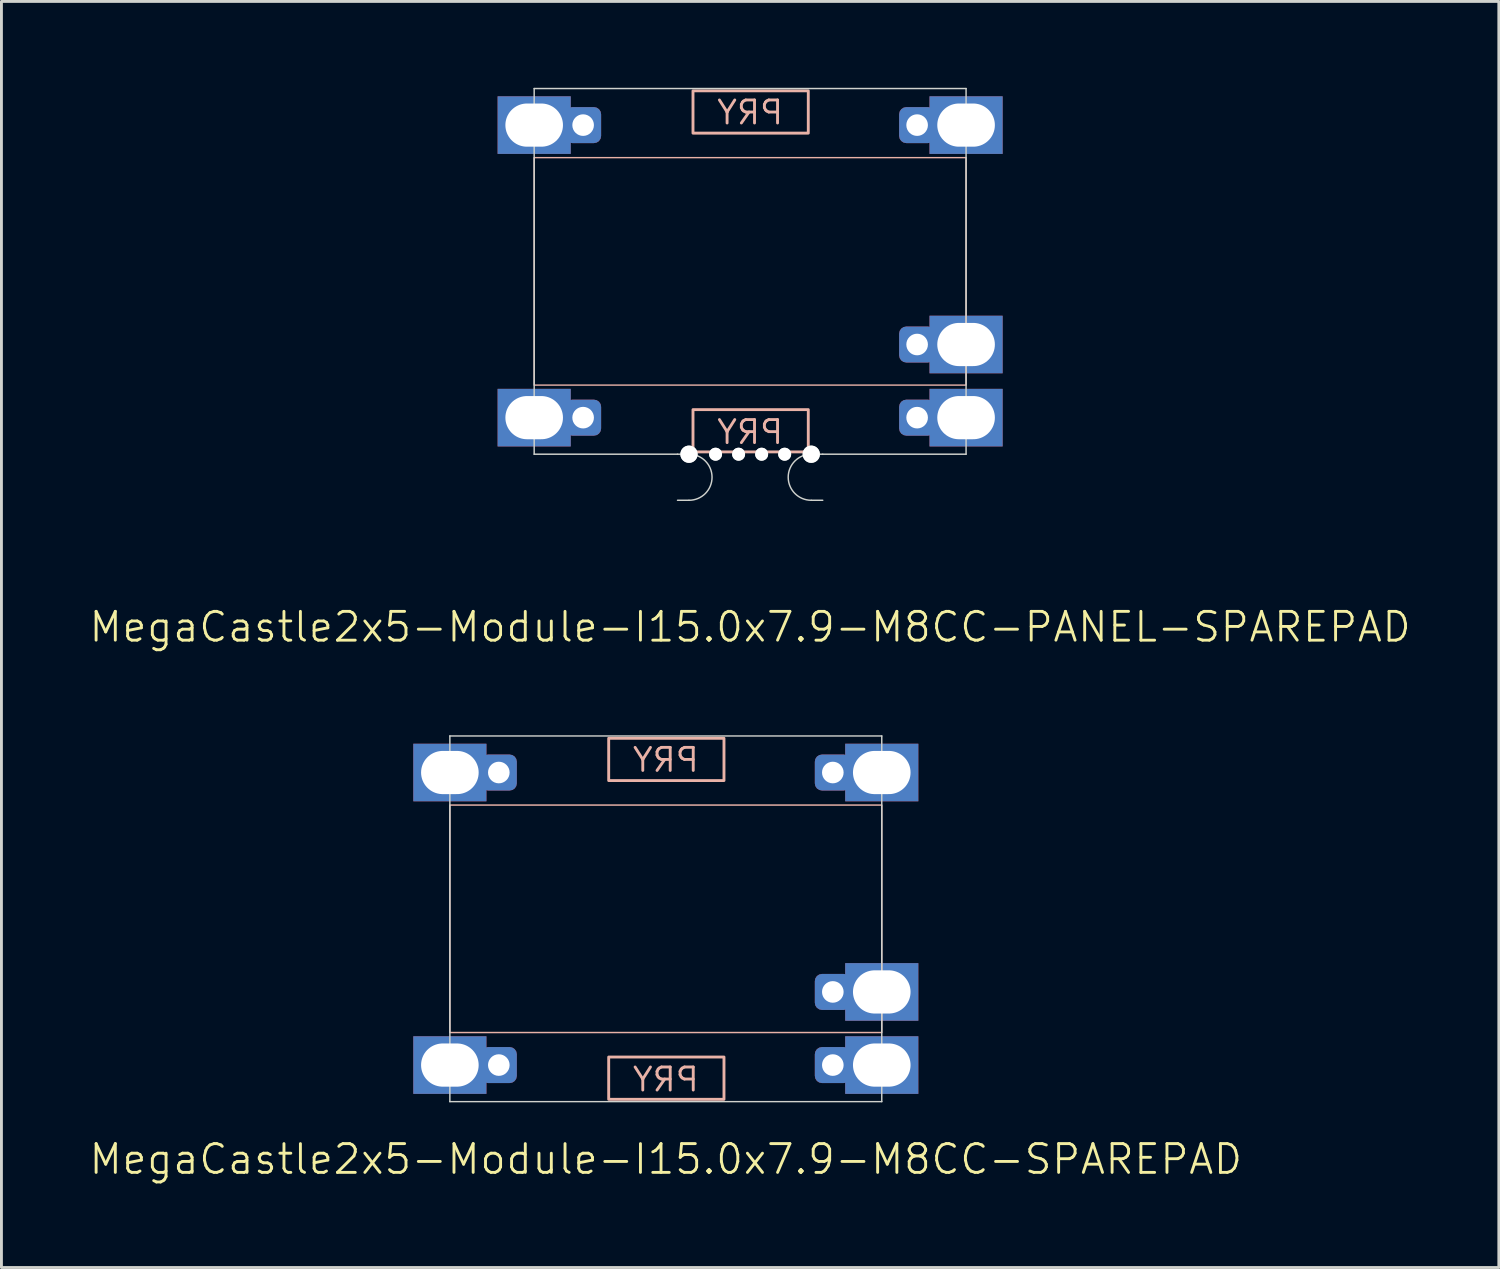
<source format=kicad_pcb>
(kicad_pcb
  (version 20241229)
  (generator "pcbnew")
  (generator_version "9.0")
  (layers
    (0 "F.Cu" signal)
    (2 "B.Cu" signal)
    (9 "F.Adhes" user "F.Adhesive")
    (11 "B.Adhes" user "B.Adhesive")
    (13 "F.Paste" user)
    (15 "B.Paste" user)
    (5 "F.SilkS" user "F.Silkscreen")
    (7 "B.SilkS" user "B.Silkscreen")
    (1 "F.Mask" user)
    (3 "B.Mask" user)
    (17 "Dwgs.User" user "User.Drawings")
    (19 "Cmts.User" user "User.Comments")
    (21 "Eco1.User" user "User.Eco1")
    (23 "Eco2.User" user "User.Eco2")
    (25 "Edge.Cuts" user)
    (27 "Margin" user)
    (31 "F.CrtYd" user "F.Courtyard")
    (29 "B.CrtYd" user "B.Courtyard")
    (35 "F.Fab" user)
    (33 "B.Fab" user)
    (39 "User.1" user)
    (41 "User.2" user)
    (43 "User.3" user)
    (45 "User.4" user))
  (footprint "MegaCastle2x5-Module-I15.0x7.9-M8CC-PANEL-SPAREPAD"
    (layer "F.Cu")
    (at 23.002 6.375)
    (property "Reference" "MegaCastle2x5-Module-I15.0x7.9-M8CC-PANEL-SPAREPAD" (at 0 12.35 0) (unlocked yes) (layer "F.SilkS") (effects (font (size 1 1) (thickness 0.1))))
    (attr smd)
    (fp_rect (start -7.5 3.95) (end 7.5 -3.95) (stroke (width 0.05) (type default)) (fill no) (layer "B.SilkS"))
    (fp_rect (start -1.984 -4.801) (end 2.02 -6.27) (stroke (width 0.1) (type default)) (fill no) (layer "B.SilkS"))
    (fp_rect (start -1.984 4.801) (end 2.02 6.27) (stroke (width 0.1) (type default)) (fill no) (layer "B.SilkS"))
    (fp_line (start -7.5 -6.35) (end -7.5 6.35) (stroke (width 0.05) (type default)) (layer "Edge.Cuts"))
    (fp_line (start -7.5 -6.35) (end 7.5 -6.35) (stroke (width 0.05) (type default)) (layer "Edge.Cuts"))
    (fp_line (start -7.5 6.35) (end -2.522 6.35) (stroke (width 0.05) (type default)) (layer "Edge.Cuts"))
    (fp_line (start -2.522 6.35) (end -2.123 6.35) (stroke (width 0.05) (type default)) (layer "Edge.Cuts"))
    (fp_line (start -2.522 7.95) (end -2.123 7.95) (stroke (width 0.05) (type default)) (layer "Edge.Cuts"))
    (fp_line (start 2.522 6.35) (end 2.123 6.35) (stroke (width 0.05) (type default)) (layer "Edge.Cuts"))
    (fp_line (start 2.522 6.35) (end 7.5 6.35) (stroke (width 0.05) (type default)) (layer "Edge.Cuts"))
    (fp_line (start 2.522 7.95) (end 2.123 7.95) (stroke (width 0.05) (type default)) (layer "Edge.Cuts"))
    (fp_line (start 7.5 -6.35) (end 7.5 6.35) (stroke (width 0.05) (type default)) (layer "Edge.Cuts"))
    (fp_arc (start -2.1225 6.35) (mid -1.3225 7.15) (end -2.1225 7.95) (stroke (width 0.05) (type default)) (layer "Edge.Cuts"))
    (fp_arc (start 2.1225 7.95) (mid 1.3225 7.15) (end 2.1225 6.35) (stroke (width 0.05) (type default)) (layer "Edge.Cuts"))
    (fp_text user "PRY" (at 0 6.05 0) (unlocked yes) (layer "B.SilkS") (effects (font (size 0.8 0.8) (thickness 0.1)) (justify bottom mirror)))
    (fp_text user "PRY" (at 0 -5.05 0) (unlocked yes) (layer "B.SilkS") (effects (font (size 0.8 0.8) (thickness 0.1)) (justify bottom mirror)))
    (pad "" np_thru_hole circle (at -2.123 6.35) (size 0.6 0.6) (drill 0.6) (layers "*.Cu" "Edge.Cuts"))
    (pad "" np_thru_hole circle (at -1.2 6.35) (size 0.45 0.45) (drill 0.45) (layers "*.Cu" "Edge.Cuts"))
    (pad "" np_thru_hole circle (at -0.4 6.35) (size 0.45 0.45) (drill 0.45) (layers "*.Cu" "Edge.Cuts"))
    (pad "" np_thru_hole circle (at 0.4 6.35) (size 0.45 0.45) (drill 0.45) (layers "*.Cu" "Edge.Cuts"))
    (pad "" np_thru_hole circle (at 1.2 6.35) (size 0.45 0.45) (drill 0.45) (layers "*.Cu" "Edge.Cuts"))
    (pad "" np_thru_hole circle (at 2.123 6.35) (size 0.6 0.6) (drill 0.6) (layers "*.Cu" "Edge.Cuts"))
    (pad "1" thru_hole rect (at -7.5 -5.08) (size 2.54 2) (drill oval 2 1.5) (property pad_prop_castellated) (layers "*.Cu" "*.Mask"))
    (pad "1" thru_hole roundrect (at -5.8 -5.08 180) (size 1.25 1.25) (drill 0.75) (layers "*.Cu" "*.Mask") (roundrect_rratio 0.2))
    (pad "5" thru_hole rect (at -7.5 5.08) (size 2.54 2) (drill oval 2 1.5) (property pad_prop_castellated) (layers "*.Cu" "*.Mask"))
    (pad "5" thru_hole roundrect (at -5.8 5.08 180) (size 1.25 1.25) (drill 0.75) (layers "*.Cu" "*.Mask") (roundrect_rratio 0.2))
    (pad "6" thru_hole roundrect (at 5.8 -5.08 180) (size 1.25 1.25) (drill 0.75) (layers "*.Cu" "*.Mask") (roundrect_rratio 0.2))
    (pad "6" thru_hole rect (at 7.5 -5.08) (size 2.54 2) (drill oval 2 1.5) (property pad_prop_castellated) (layers "*.Cu" "*.Mask"))
    (pad "9" thru_hole roundrect (at 5.8 2.54 180) (size 1.25 1.25) (drill 0.75) (layers "*.Cu" "*.Mask") (roundrect_rratio 0.2))
    (pad "9" thru_hole rect (at 7.5 2.54) (size 2.54 2) (drill oval 2 1.5) (property pad_prop_castellated) (layers "*.Cu" "*.Mask"))
    (pad "10" thru_hole roundrect (at 5.8 5.08 180) (size 1.25 1.25) (drill 0.75) (layers "*.Cu" "*.Mask") (roundrect_rratio 0.2))
    (pad "10" thru_hole rect (at 7.5 5.08) (size 2.54 2) (drill oval 2 1.5) (property pad_prop_castellated) (layers "*.Cu" "*.Mask"))
    (zone (net_name "") (layer "B.Cu") (hatch edge 0.5) (connect_pads) (min_thickness 0.25) (filled_areas_thickness no) (keepout (tracks allowed) (vias allowed) (pads allowed) (copperpour allowed) (footprints not_allowed)) (placement (enabled no)) (fill) (polygon (pts (xy 15.502 12.725) (xy 15.502 0.025))))
    (zone (net_name "") (layer "B.Cu") (hatch edge 0.5) (connect_pads) (min_thickness 0.25) (filled_areas_thickness no) (keepout (tracks allowed) (vias allowed) (pads allowed) (copperpour allowed) (footprints not_allowed)) (placement (enabled no)) (fill) (polygon (pts (xy 30.502 12.725) (xy 30.502 0.025))))
    (zone (net_name "") (layer "B.Cu") (hatch edge 0.5) (connect_pads) (min_thickness 0.25) (filled_areas_thickness no) (keepout (tracks allowed) (vias allowed) (pads allowed) (copperpour allowed) (footprints not_allowed)) (placement (enabled no)) (fill) (polygon (pts (xy 15.502 0.025) (xy 15.502 2.425) (xy 30.502 2.425) (xy 30.502 0.025))))
    (zone (net_name "") (layer "B.Cu") (hatch edge 0.5) (connect_pads) (min_thickness 0.25) (filled_areas_thickness no) (keepout (tracks allowed) (vias allowed) (pads allowed) (copperpour allowed) (footprints not_allowed)) (placement (enabled no)) (fill) (polygon (pts (xy 15.502 12.725) (xy 15.502 10.325) (xy 30.502 10.325) (xy 30.502 12.725))))
    (zone (net_name "") (layer "B.Cu") (name "Upper Pry Zone") (hatch edge 0.5) (connect_pads) (min_thickness 0.25) (filled_areas_thickness no) (keepout (tracks not_allowed) (vias not_allowed) (pads not_allowed) (copperpour allowed) (footprints not_allowed)) (placement (enabled no)) (fill) (polygon (pts (xy 21.018 1.574) (xy 21.018 0.105) (xy 25.022 0.105) (xy 25.022 1.574))))
    (zone (net_name "") (layer "B.Cu") (name "Upper Pry Zone") (hatch edge 0.5) (connect_pads) (min_thickness 0.25) (filled_areas_thickness no) (keepout (tracks not_allowed) (vias not_allowed) (pads not_allowed) (copperpour allowed) (footprints not_allowed)) (placement (enabled no)) (fill) (polygon (pts (xy 21.018 11.176) (xy 21.018 12.645) (xy 25.022 12.645) (xy 25.022 11.176)))))
  (footprint "MegaCastle2x5-Module-I15.0x7.9-M8CC-SPAREPAD"
    (layer "F.Cu")
    (at 20.074 28.86)
    (property "Reference" "MegaCastle2x5-Module-I15.0x7.9-M8CC-SPAREPAD" (at 0 8.35 0) (unlocked yes) (layer "F.SilkS") (effects (font (size 1 1) (thickness 0.1))))
    (attr smd)
    (fp_rect (start -7.5 3.95) (end 7.5 -3.95) (stroke (width 0.05) (type default)) (fill no) (layer "B.SilkS"))
    (fp_rect (start -1.984 -4.801) (end 2.02 -6.27) (stroke (width 0.1) (type default)) (fill no) (layer "B.SilkS"))
    (fp_rect (start -1.984 4.801) (end 2.02 6.27) (stroke (width 0.1) (type default)) (fill no) (layer "B.SilkS"))
    (fp_line (start -7.5 -6.35) (end -7.5 6.35) (stroke (width 0.05) (type default)) (layer "Edge.Cuts"))
    (fp_line (start -7.5 -6.35) (end 7.5 -6.35) (stroke (width 0.05) (type default)) (layer "Edge.Cuts"))
    (fp_line (start -7.5 6.35) (end 7.5 6.35) (stroke (width 0.05) (type default)) (layer "Edge.Cuts"))
    (fp_line (start 7.5 -6.35) (end 7.5 6.35) (stroke (width 0.05) (type default)) (layer "Edge.Cuts"))
    (fp_text user "PRY" (at 0 6.05 0) (unlocked yes) (layer "B.SilkS") (effects (font (size 0.8 0.8) (thickness 0.1)) (justify bottom mirror)))
    (fp_text user "PRY" (at 0 -5.05 0) (unlocked yes) (layer "B.SilkS") (effects (font (size 0.8 0.8) (thickness 0.1)) (justify bottom mirror)))
    (pad "1" thru_hole rect (at -7.5 -5.08) (size 2.54 2) (drill oval 2 1.5) (property pad_prop_castellated) (layers "*.Cu" "*.Mask"))
    (pad "1" thru_hole roundrect (at -5.8 -5.08 180) (size 1.25 1.25) (drill 0.75) (layers "*.Cu" "*.Mask") (roundrect_rratio 0.2))
    (pad "5" thru_hole rect (at -7.5 5.08) (size 2.54 2) (drill oval 2 1.5) (property pad_prop_castellated) (layers "*.Cu" "*.Mask"))
    (pad "5" thru_hole roundrect (at -5.8 5.08 180) (size 1.25 1.25) (drill 0.75) (layers "*.Cu" "*.Mask") (roundrect_rratio 0.2))
    (pad "6" thru_hole roundrect (at 5.8 -5.08 180) (size 1.25 1.25) (drill 0.75) (layers "*.Cu" "*.Mask") (roundrect_rratio 0.2))
    (pad "6" thru_hole rect (at 7.5 -5.08) (size 2.54 2) (drill oval 2 1.5) (property pad_prop_castellated) (layers "*.Cu" "*.Mask"))
    (pad "9" thru_hole roundrect (at 5.8 2.54 180) (size 1.25 1.25) (drill 0.75) (layers "*.Cu" "*.Mask") (roundrect_rratio 0.2))
    (pad "9" thru_hole rect (at 7.5 2.54) (size 2.54 2) (drill oval 2 1.5) (property pad_prop_castellated) (layers "*.Cu" "*.Mask"))
    (pad "10" thru_hole roundrect (at 5.8 5.08 180) (size 1.25 1.25) (drill 0.75) (layers "*.Cu" "*.Mask") (roundrect_rratio 0.2))
    (pad "10" thru_hole rect (at 7.5 5.08) (size 2.54 2) (drill oval 2 1.5) (property pad_prop_castellated) (layers "*.Cu" "*.Mask"))
    (zone (net_name "") (layer "B.Cu") (hatch edge 0.5) (connect_pads) (min_thickness 0.25) (filled_areas_thickness no) (keepout (tracks allowed) (vias allowed) (pads allowed) (copperpour allowed) (footprints not_allowed)) (placement (enabled no)) (fill) (polygon (pts (xy 12.574 35.211) (xy 12.574 22.511))))
    (zone (net_name "") (layer "B.Cu") (hatch edge 0.5) (connect_pads) (min_thickness 0.25) (filled_areas_thickness no) (keepout (tracks allowed) (vias allowed) (pads allowed) (copperpour allowed) (footprints not_allowed)) (placement (enabled no)) (fill) (polygon (pts (xy 27.574 35.211) (xy 27.574 22.511))))
    (zone (net_name "") (layer "B.Cu") (hatch edge 0.5) (connect_pads) (min_thickness 0.25) (filled_areas_thickness no) (keepout (tracks allowed) (vias allowed) (pads allowed) (copperpour allowed) (footprints not_allowed)) (placement (enabled no)) (fill) (polygon (pts (xy 12.574 22.511) (xy 12.574 24.91) (xy 27.574 24.91) (xy 27.574 22.511))))
    (zone (net_name "") (layer "B.Cu") (hatch edge 0.5) (connect_pads) (min_thickness 0.25) (filled_areas_thickness no) (keepout (tracks allowed) (vias allowed) (pads allowed) (copperpour allowed) (footprints not_allowed)) (placement (enabled no)) (fill) (polygon (pts (xy 12.574 35.211) (xy 12.574 32.81) (xy 27.574 32.81) (xy 27.574 35.211))))
    (zone (net_name "") (layer "B.Cu") (name "Upper Pry Zone") (hatch edge 0.5) (connect_pads) (min_thickness 0.25) (filled_areas_thickness no) (keepout (tracks not_allowed) (vias not_allowed) (pads not_allowed) (copperpour allowed) (footprints not_allowed)) (placement (enabled no)) (fill) (polygon (pts (xy 18.09 24.059) (xy 18.09 22.59) (xy 22.093 22.59) (xy 22.093 24.059))))
    (zone (net_name "") (layer "B.Cu") (name "Upper Pry Zone") (hatch edge 0.5) (connect_pads) (min_thickness 0.25) (filled_areas_thickness no) (keepout (tracks not_allowed) (vias not_allowed) (pads not_allowed) (copperpour allowed) (footprints not_allowed)) (placement (enabled no)) (fill) (polygon (pts (xy 18.09 33.662) (xy 18.09 35.13) (xy 22.093 35.13) (xy 22.093 33.662)))))
  (gr_rect
    (start -3 -3)
    (end 49.005 40.971)
    (stroke (width 0.1) (type default))
    (fill no)
    (layer "Edge.Cuts")))
</source>
